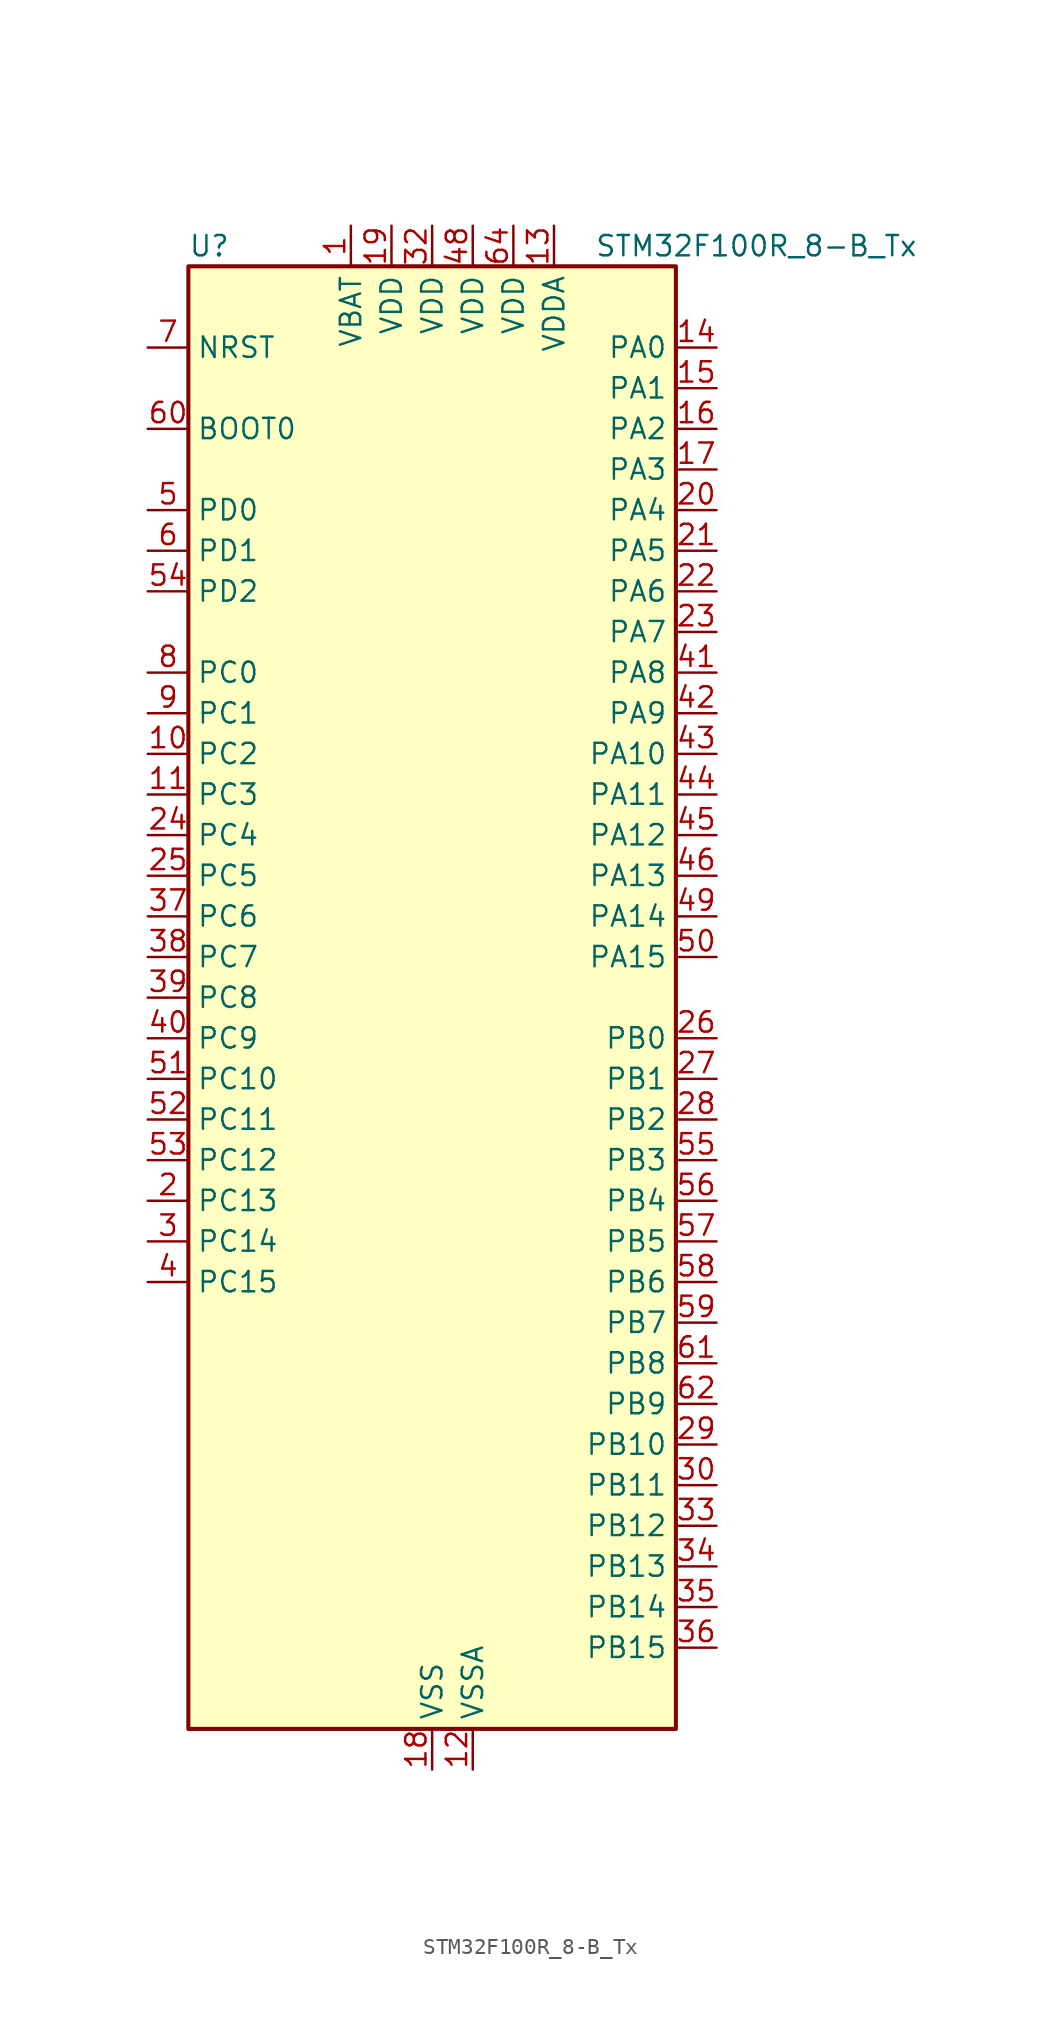
<source format=kicad_sym>
(kicad_symbol_lib
  (version 20241209)
  (generator "kicad_symbol_editor")
  (generator_version "9.0")
  (symbol "STM32F100R_8-B_Tx"
    (property "Reference" "U"
      (at -15.24 46.99 0)
      (effects (font (size 1.27 1.27)) (justify left)))
    (property "Value" "STM32F100R_8-B_Tx"
      (at 10.16 46.99 0)
      (effects (font (size 1.27 1.27)) (justify left)))
    (symbol "STM32F100R_8-B_Tx_0_1"
      (rectangle (start -15.24 -45.72) (end 15.24 45.72) (stroke (width 0.254) (type default)) (fill (type background))))
    (symbol "STM32F100R_8-B_Tx_1_1"
      (pin input line (at -17.78 40.64 0) (length 2.54) (name "NRST" (effects (font (size 1.27 1.27)))) (number "7" (effects (font (size 1.27 1.27)))))
      (pin input line (at -17.78 35.56 0) (length 2.54) (name "BOOT0" (effects (font (size 1.27 1.27)))) (number "60" (effects (font (size 1.27 1.27)))))
      (pin bidirectional line (at -17.78 30.48 0) (length 2.54) (name "PD0" (effects (font (size 1.27 1.27)))) (number "5" (effects (font (size 1.27 1.27)))) (alternate "RCC_OSC_IN" bidirectional line))
      (pin bidirectional line (at -17.78 27.94 0) (length 2.54) (name "PD1" (effects (font (size 1.27 1.27)))) (number "6" (effects (font (size 1.27 1.27)))) (alternate "RCC_OSC_OUT" bidirectional line))
      (pin bidirectional line (at -17.78 25.4 0) (length 2.54) (name "PD2" (effects (font (size 1.27 1.27)))) (number "54" (effects (font (size 1.27 1.27)))) (alternate "TIM3_ETR" bidirectional line))
      (pin bidirectional line (at -17.78 20.32 0) (length 2.54) (name "PC0" (effects (font (size 1.27 1.27)))) (number "8" (effects (font (size 1.27 1.27)))) (alternate "ADC1_IN10" bidirectional line))
      (pin bidirectional line (at -17.78 17.78 0) (length 2.54) (name "PC1" (effects (font (size 1.27 1.27)))) (number "9" (effects (font (size 1.27 1.27)))) (alternate "ADC1_IN11" bidirectional line))
      (pin bidirectional line (at -17.78 15.24 0) (length 2.54) (name "PC2" (effects (font (size 1.27 1.27)))) (number "10" (effects (font (size 1.27 1.27)))) (alternate "ADC1_IN12" bidirectional line))
      (pin bidirectional line (at -17.78 12.7 0) (length 2.54) (name "PC3" (effects (font (size 1.27 1.27)))) (number "11" (effects (font (size 1.27 1.27)))) (alternate "ADC1_IN13" bidirectional line))
      (pin bidirectional line (at -17.78 10.16 0) (length 2.54) (name "PC4" (effects (font (size 1.27 1.27)))) (number "24" (effects (font (size 1.27 1.27)))) (alternate "ADC1_IN14" bidirectional line))
      (pin bidirectional line (at -17.78 7.62 0) (length 2.54) (name "PC5" (effects (font (size 1.27 1.27)))) (number "25" (effects (font (size 1.27 1.27)))) (alternate "ADC1_IN15" bidirectional line))
      (pin bidirectional line (at -17.78 5.08 0) (length 2.54) (name "PC6" (effects (font (size 1.27 1.27)))) (number "37" (effects (font (size 1.27 1.27)))) (alternate "TIM3_CH1" bidirectional line))
      (pin bidirectional line (at -17.78 2.54 0) (length 2.54) (name "PC7" (effects (font (size 1.27 1.27)))) (number "38" (effects (font (size 1.27 1.27)))) (alternate "TIM3_CH2" bidirectional line))
      (pin bidirectional line (at -17.78 0 0) (length 2.54) (name "PC8" (effects (font (size 1.27 1.27)))) (number "39" (effects (font (size 1.27 1.27)))) (alternate "TIM3_CH3" bidirectional line))
      (pin bidirectional line (at -17.78 -2.54 0) (length 2.54) (name "PC9" (effects (font (size 1.27 1.27)))) (number "40" (effects (font (size 1.27 1.27)))) (alternate "DAC_EXTI9" bidirectional line) (alternate "TIM3_CH4" bidirectional line))
      (pin bidirectional line (at -17.78 -5.08 0) (length 2.54) (name "PC10" (effects (font (size 1.27 1.27)))) (number "51" (effects (font (size 1.27 1.27)))) (alternate "USART3_TX" bidirectional line))
      (pin bidirectional line (at -17.78 -7.62 0) (length 2.54) (name "PC11" (effects (font (size 1.27 1.27)))) (number "52" (effects (font (size 1.27 1.27)))) (alternate "ADC1_EXTI11" bidirectional line) (alternate "USART3_RX" bidirectional line))
      (pin bidirectional line (at -17.78 -10.16 0) (length 2.54) (name "PC12" (effects (font (size 1.27 1.27)))) (number "53" (effects (font (size 1.27 1.27)))) (alternate "USART3_CK" bidirectional line))
      (pin bidirectional line (at -17.78 -12.7 0) (length 2.54) (name "PC13" (effects (font (size 1.27 1.27)))) (number "2" (effects (font (size 1.27 1.27)))) (alternate "RTC_OUT" bidirectional line) (alternate "RTC_TAMPER" bidirectional line))
      (pin bidirectional line (at -17.78 -15.24 0) (length 2.54) (name "PC14" (effects (font (size 1.27 1.27)))) (number "3" (effects (font (size 1.27 1.27)))) (alternate "RCC_OSC32_IN" bidirectional line))
      (pin bidirectional line (at -17.78 -17.78 0) (length 2.54) (name "PC15" (effects (font (size 1.27 1.27)))) (number "4" (effects (font (size 1.27 1.27)))) (alternate "ADC1_EXTI15" bidirectional line) (alternate "RCC_OSC32_OUT" bidirectional line))
      (pin power_in line (at -5.08 48.26 270) (length 2.54) (name "VBAT" (effects (font (size 1.27 1.27)))) (number "1" (effects (font (size 1.27 1.27)))))
      (pin power_in line (at -2.54 48.26 270) (length 2.54) (name "VDD" (effects (font (size 1.27 1.27)))) (number "19" (effects (font (size 1.27 1.27)))))
      (pin power_in line (at 0 48.26 270) (length 2.54) (name "VDD" (effects (font (size 1.27 1.27)))) (number "32" (effects (font (size 1.27 1.27)))))
      (pin power_in line (at 0 -48.26 90) (length 2.54) (name "VSS" (effects (font (size 1.27 1.27)))) (number "18" (effects (font (size 1.27 1.27)))))
      (pin passive line (at 0 -48.26 90) (length 2.54) (hide yes) (name "VSS" (effects (font (size 1.27 1.27)))) (number "31" (effects (font (size 1.27 1.27)))))
      (pin passive line (at 0 -48.26 90) (length 2.54) (hide yes) (name "VSS" (effects (font (size 1.27 1.27)))) (number "47" (effects (font (size 1.27 1.27)))))
      (pin passive line (at 0 -48.26 90) (length 2.54) (hide yes) (name "VSS" (effects (font (size 1.27 1.27)))) (number "63" (effects (font (size 1.27 1.27)))))
      (pin power_in line (at 2.54 48.26 270) (length 2.54) (name "VDD" (effects (font (size 1.27 1.27)))) (number "48" (effects (font (size 1.27 1.27)))))
      (pin power_in line (at 2.54 -48.26 90) (length 2.54) (name "VSSA" (effects (font (size 1.27 1.27)))) (number "12" (effects (font (size 1.27 1.27)))))
      (pin power_in line (at 5.08 48.26 270) (length 2.54) (name "VDD" (effects (font (size 1.27 1.27)))) (number "64" (effects (font (size 1.27 1.27)))))
      (pin power_in line (at 7.62 48.26 270) (length 2.54) (name "VDDA" (effects (font (size 1.27 1.27)))) (number "13" (effects (font (size 1.27 1.27)))))
      (pin bidirectional line (at 17.78 40.64 180) (length 2.54) (name "PA0" (effects (font (size 1.27 1.27)))) (number "14" (effects (font (size 1.27 1.27)))) (alternate "ADC1_IN0" bidirectional line) (alternate "SYS_WKUP" bidirectional line) (alternate "TIM2_CH1" bidirectional line) (alternate "TIM2_ETR" bidirectional line) (alternate "USART2_CTS" bidirectional line))
      (pin bidirectional line (at 17.78 38.1 180) (length 2.54) (name "PA1" (effects (font (size 1.27 1.27)))) (number "15" (effects (font (size 1.27 1.27)))) (alternate "ADC1_IN1" bidirectional line) (alternate "TIM2_CH2" bidirectional line) (alternate "USART2_RTS" bidirectional line))
      (pin bidirectional line (at 17.78 35.56 180) (length 2.54) (name "PA2" (effects (font (size 1.27 1.27)))) (number "16" (effects (font (size 1.27 1.27)))) (alternate "ADC1_IN2" bidirectional line) (alternate "TIM15_CH1" bidirectional line) (alternate "TIM2_CH3" bidirectional line) (alternate "USART2_TX" bidirectional line))
      (pin bidirectional line (at 17.78 33.02 180) (length 2.54) (name "PA3" (effects (font (size 1.27 1.27)))) (number "17" (effects (font (size 1.27 1.27)))) (alternate "ADC1_IN3" bidirectional line) (alternate "TIM15_CH2" bidirectional line) (alternate "TIM2_CH4" bidirectional line) (alternate "USART2_RX" bidirectional line))
      (pin bidirectional line (at 17.78 30.48 180) (length 2.54) (name "PA4" (effects (font (size 1.27 1.27)))) (number "20" (effects (font (size 1.27 1.27)))) (alternate "ADC1_IN4" bidirectional line) (alternate "DAC_OUT1" bidirectional line) (alternate "SPI1_NSS" bidirectional line) (alternate "USART2_CK" bidirectional line))
      (pin bidirectional line (at 17.78 27.94 180) (length 2.54) (name "PA5" (effects (font (size 1.27 1.27)))) (number "21" (effects (font (size 1.27 1.27)))) (alternate "ADC1_IN5" bidirectional line) (alternate "DAC_OUT2" bidirectional line) (alternate "SPI1_SCK" bidirectional line))
      (pin bidirectional line (at 17.78 25.4 180) (length 2.54) (name "PA6" (effects (font (size 1.27 1.27)))) (number "22" (effects (font (size 1.27 1.27)))) (alternate "ADC1_IN6" bidirectional line) (alternate "SPI1_MISO" bidirectional line) (alternate "TIM16_CH1" bidirectional line) (alternate "TIM1_BKIN" bidirectional line) (alternate "TIM3_CH1" bidirectional line))
      (pin bidirectional line (at 17.78 22.86 180) (length 2.54) (name "PA7" (effects (font (size 1.27 1.27)))) (number "23" (effects (font (size 1.27 1.27)))) (alternate "ADC1_IN7" bidirectional line) (alternate "SPI1_MOSI" bidirectional line) (alternate "TIM17_CH1" bidirectional line) (alternate "TIM1_CH1N" bidirectional line) (alternate "TIM3_CH2" bidirectional line))
      (pin bidirectional line (at 17.78 20.32 180) (length 2.54) (name "PA8" (effects (font (size 1.27 1.27)))) (number "41" (effects (font (size 1.27 1.27)))) (alternate "RCC_MCO" bidirectional line) (alternate "TIM1_CH1" bidirectional line) (alternate "USART1_CK" bidirectional line))
      (pin bidirectional line (at 17.78 17.78 180) (length 2.54) (name "PA9" (effects (font (size 1.27 1.27)))) (number "42" (effects (font (size 1.27 1.27)))) (alternate "DAC_EXTI9" bidirectional line) (alternate "TIM15_BKIN" bidirectional line) (alternate "TIM1_CH2" bidirectional line) (alternate "USART1_TX" bidirectional line))
      (pin bidirectional line (at 17.78 15.24 180) (length 2.54) (name "PA10" (effects (font (size 1.27 1.27)))) (number "43" (effects (font (size 1.27 1.27)))) (alternate "TIM17_BKIN" bidirectional line) (alternate "TIM1_CH3" bidirectional line) (alternate "USART1_RX" bidirectional line))
      (pin bidirectional line (at 17.78 12.7 180) (length 2.54) (name "PA11" (effects (font (size 1.27 1.27)))) (number "44" (effects (font (size 1.27 1.27)))) (alternate "ADC1_EXTI11" bidirectional line) (alternate "TIM1_CH4" bidirectional line) (alternate "USART1_CTS" bidirectional line))
      (pin bidirectional line (at 17.78 10.16 180) (length 2.54) (name "PA12" (effects (font (size 1.27 1.27)))) (number "45" (effects (font (size 1.27 1.27)))) (alternate "TIM1_ETR" bidirectional line) (alternate "USART1_RTS" bidirectional line))
      (pin bidirectional line (at 17.78 7.62 180) (length 2.54) (name "PA13" (effects (font (size 1.27 1.27)))) (number "46" (effects (font (size 1.27 1.27)))) (alternate "SYS_JTMS-SWDIO" bidirectional line))
      (pin bidirectional line (at 17.78 5.08 180) (length 2.54) (name "PA14" (effects (font (size 1.27 1.27)))) (number "49" (effects (font (size 1.27 1.27)))) (alternate "SYS_JTCK-SWCLK" bidirectional line))
      (pin bidirectional line (at 17.78 2.54 180) (length 2.54) (name "PA15" (effects (font (size 1.27 1.27)))) (number "50" (effects (font (size 1.27 1.27)))) (alternate "ADC1_EXTI15" bidirectional line) (alternate "SPI1_NSS" bidirectional line) (alternate "SYS_JTDI" bidirectional line) (alternate "TIM2_CH1" bidirectional line) (alternate "TIM2_ETR" bidirectional line))
      (pin bidirectional line (at 17.78 -2.54 180) (length 2.54) (name "PB0" (effects (font (size 1.27 1.27)))) (number "26" (effects (font (size 1.27 1.27)))) (alternate "ADC1_IN8" bidirectional line) (alternate "TIM1_CH2N" bidirectional line) (alternate "TIM3_CH3" bidirectional line))
      (pin bidirectional line (at 17.78 -5.08 180) (length 2.54) (name "PB1" (effects (font (size 1.27 1.27)))) (number "27" (effects (font (size 1.27 1.27)))) (alternate "ADC1_IN9" bidirectional line) (alternate "TIM1_CH3N" bidirectional line) (alternate "TIM3_CH4" bidirectional line))
      (pin bidirectional line (at 17.78 -7.62 180) (length 2.54) (name "PB2" (effects (font (size 1.27 1.27)))) (number "28" (effects (font (size 1.27 1.27)))))
      (pin bidirectional line (at 17.78 -10.16 180) (length 2.54) (name "PB3" (effects (font (size 1.27 1.27)))) (number "55" (effects (font (size 1.27 1.27)))) (alternate "SPI1_SCK" bidirectional line) (alternate "SYS_JTDO-TRACESWO" bidirectional line) (alternate "TIM2_CH2" bidirectional line))
      (pin bidirectional line (at 17.78 -12.7 180) (length 2.54) (name "PB4" (effects (font (size 1.27 1.27)))) (number "56" (effects (font (size 1.27 1.27)))) (alternate "SPI1_MISO" bidirectional line) (alternate "SYS_NJTRST" bidirectional line) (alternate "TIM3_CH1" bidirectional line))
      (pin bidirectional line (at 17.78 -15.24 180) (length 2.54) (name "PB5" (effects (font (size 1.27 1.27)))) (number "57" (effects (font (size 1.27 1.27)))) (alternate "I2C1_SMBA" bidirectional line) (alternate "SPI1_MOSI" bidirectional line) (alternate "TIM16_BKIN" bidirectional line) (alternate "TIM3_CH2" bidirectional line))
      (pin bidirectional line (at 17.78 -17.78 180) (length 2.54) (name "PB6" (effects (font (size 1.27 1.27)))) (number "58" (effects (font (size 1.27 1.27)))) (alternate "I2C1_SCL" bidirectional line) (alternate "TIM16_CH1N" bidirectional line) (alternate "TIM4_CH1" bidirectional line) (alternate "USART1_TX" bidirectional line))
      (pin bidirectional line (at 17.78 -20.32 180) (length 2.54) (name "PB7" (effects (font (size 1.27 1.27)))) (number "59" (effects (font (size 1.27 1.27)))) (alternate "I2C1_SDA" bidirectional line) (alternate "TIM17_CH1N" bidirectional line) (alternate "TIM4_CH2" bidirectional line) (alternate "USART1_RX" bidirectional line))
      (pin bidirectional line (at 17.78 -22.86 180) (length 2.54) (name "PB8" (effects (font (size 1.27 1.27)))) (number "61" (effects (font (size 1.27 1.27)))) (alternate "CEC" bidirectional line) (alternate "I2C1_SCL" bidirectional line) (alternate "TIM16_CH1" bidirectional line) (alternate "TIM4_CH3" bidirectional line))
      (pin bidirectional line (at 17.78 -25.4 180) (length 2.54) (name "PB9" (effects (font (size 1.27 1.27)))) (number "62" (effects (font (size 1.27 1.27)))) (alternate "DAC_EXTI9" bidirectional line) (alternate "I2C1_SDA" bidirectional line) (alternate "TIM17_CH1" bidirectional line) (alternate "TIM4_CH4" bidirectional line))
      (pin bidirectional line (at 17.78 -27.94 180) (length 2.54) (name "PB10" (effects (font (size 1.27 1.27)))) (number "29" (effects (font (size 1.27 1.27)))) (alternate "CEC" bidirectional line) (alternate "I2C2_SCL" bidirectional line) (alternate "TIM2_CH3" bidirectional line) (alternate "USART3_TX" bidirectional line))
      (pin bidirectional line (at 17.78 -30.48 180) (length 2.54) (name "PB11" (effects (font (size 1.27 1.27)))) (number "30" (effects (font (size 1.27 1.27)))) (alternate "ADC1_EXTI11" bidirectional line) (alternate "I2C2_SDA" bidirectional line) (alternate "TIM2_CH4" bidirectional line) (alternate "USART3_RX" bidirectional line))
      (pin bidirectional line (at 17.78 -33.02 180) (length 2.54) (name "PB12" (effects (font (size 1.27 1.27)))) (number "33" (effects (font (size 1.27 1.27)))) (alternate "I2C2_SMBA" bidirectional line) (alternate "SPI2_NSS" bidirectional line) (alternate "TIM1_BKIN" bidirectional line) (alternate "USART3_CK" bidirectional line))
      (pin bidirectional line (at 17.78 -35.56 180) (length 2.54) (name "PB13" (effects (font (size 1.27 1.27)))) (number "34" (effects (font (size 1.27 1.27)))) (alternate "SPI2_SCK" bidirectional line) (alternate "TIM1_CH1N" bidirectional line) (alternate "USART3_CTS" bidirectional line))
      (pin bidirectional line (at 17.78 -38.1 180) (length 2.54) (name "PB14" (effects (font (size 1.27 1.27)))) (number "35" (effects (font (size 1.27 1.27)))) (alternate "SPI2_MISO" bidirectional line) (alternate "TIM15_CH1" bidirectional line) (alternate "TIM1_CH2N" bidirectional line) (alternate "USART3_RTS" bidirectional line))
      (pin bidirectional line (at 17.78 -40.64 180) (length 2.54) (name "PB15" (effects (font (size 1.27 1.27)))) (number "36" (effects (font (size 1.27 1.27)))) (alternate "ADC1_EXTI15" bidirectional line) (alternate "SPI2_MOSI" bidirectional line) (alternate "TIM15_CH1N" bidirectional line) (alternate "TIM15_CH2" bidirectional line) (alternate "TIM1_CH3N" bidirectional line)))))
</source>
